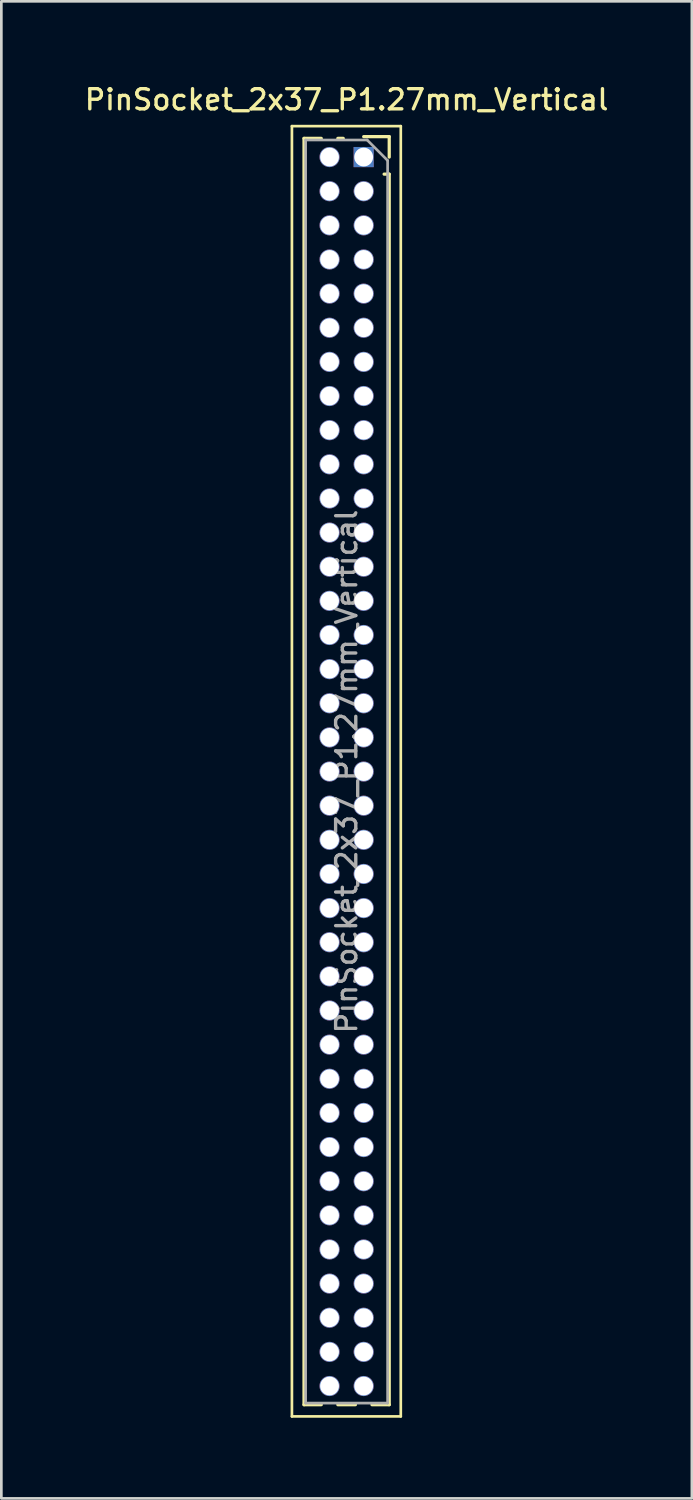
<source format=kicad_pcb>
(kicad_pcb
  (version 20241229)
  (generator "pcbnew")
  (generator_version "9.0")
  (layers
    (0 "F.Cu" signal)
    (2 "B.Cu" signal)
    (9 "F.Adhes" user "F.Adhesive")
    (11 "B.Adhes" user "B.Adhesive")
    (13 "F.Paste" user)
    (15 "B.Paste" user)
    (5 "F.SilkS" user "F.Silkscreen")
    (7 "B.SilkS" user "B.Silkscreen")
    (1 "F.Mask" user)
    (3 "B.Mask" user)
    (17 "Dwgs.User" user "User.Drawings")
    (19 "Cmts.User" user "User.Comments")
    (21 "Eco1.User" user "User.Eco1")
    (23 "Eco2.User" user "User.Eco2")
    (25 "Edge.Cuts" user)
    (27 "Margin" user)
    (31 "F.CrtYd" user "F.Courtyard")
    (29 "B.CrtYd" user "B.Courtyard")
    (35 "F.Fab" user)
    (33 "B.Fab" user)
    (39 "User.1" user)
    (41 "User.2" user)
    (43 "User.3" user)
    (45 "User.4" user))
  (footprint "PinSocket_2x37_P1.27mm_Vertical"
    (layer "F.Cu")
    (at 10.48 2.793)
    (property "Reference" "PinSocket_2x37_P1.27mm_Vertical" (at -0.635 -2.135 0) (layer "F.SilkS") (effects (font (size 0.75 0.75) (thickness 0.125))))
    (attr through_hole)
    (fp_line (start -2.67 -1.15) (end 1.38 -1.15) (stroke (width 0.1) (type solid)) (layer "F.SilkS"))
    (fp_line (start -2.67 46.85) (end -2.67 -1.15) (stroke (width 0.1) (type solid)) (layer "F.SilkS"))
    (fp_line (start -2.22 -0.695) (end -2.22 46.415) (stroke (width 0.12) (type solid)) (layer "F.SilkS"))
    (fp_line (start -2.22 -0.695) (end -1.578 -0.695) (stroke (width 0.12) (type solid)) (layer "F.SilkS"))
    (fp_line (start -2.22 46.415) (end -1.578 46.415) (stroke (width 0.12) (type solid)) (layer "F.SilkS"))
    (fp_line (start -0.962 -0.695) (end -0.76 -0.695) (stroke (width 0.12) (type solid)) (layer "F.SilkS"))
    (fp_line (start -0.962 46.415) (end -0.308 46.415) (stroke (width 0.12) (type solid)) (layer "F.SilkS"))
    (fp_line (start 0 -0.76) (end 0.95 -0.76) (stroke (width 0.12) (type solid)) (layer "F.SilkS"))
    (fp_line (start 0.308 46.415) (end 0.95 46.415) (stroke (width 0.12) (type solid)) (layer "F.SilkS"))
    (fp_line (start 0.76 0.635) (end 0.95 0.635) (stroke (width 0.12) (type solid)) (layer "F.SilkS"))
    (fp_line (start 0.95 -0.76) (end 0.95 0) (stroke (width 0.12) (type solid)) (layer "F.SilkS"))
    (fp_line (start 0.95 0.635) (end 0.95 46.415) (stroke (width 0.12) (type solid)) (layer "F.SilkS"))
    (fp_line (start 1.38 -1.15) (end 1.38 46.85) (stroke (width 0.1) (type solid)) (layer "F.SilkS"))
    (fp_line (start 1.38 46.85) (end -2.67 46.85) (stroke (width 0.1) (type solid)) (layer "F.SilkS"))
    (fp_line (start -2.16 -0.635) (end 0.128 -0.635) (stroke (width 0.1) (type solid)) (layer "F.Fab"))
    (fp_line (start -2.16 46.355) (end -2.16 -0.635) (stroke (width 0.1) (type solid)) (layer "F.Fab"))
    (fp_line (start 0.128 -0.635) (end 0.89 0.128) (stroke (width 0.1) (type solid)) (layer "F.Fab"))
    (fp_line (start 0.89 0.128) (end 0.89 46.355) (stroke (width 0.1) (type solid)) (layer "F.Fab"))
    (fp_line (start 0.89 46.355) (end -2.16 46.355) (stroke (width 0.1) (type solid)) (layer "F.Fab"))
    (fp_text user "${REFERENCE}" (at -0.635 22.86 90) (layer "F.Fab") (effects (font (size 0.75 0.75) (thickness 0.125))))
    (pad "1" thru_hole rect (at 0 0) (size 0.75 0.75) (drill 0.7) (layers "*.Cu" "*.Mask"))
    (pad "2" thru_hole oval (at -1.27 0) (size 0.75 0.75) (drill 0.7) (layers "*.Cu" "*.Mask"))
    (pad "3" thru_hole oval (at 0 1.27) (size 0.75 0.75) (drill 0.7) (layers "*.Cu" "*.Mask"))
    (pad "4" thru_hole oval (at -1.27 1.27) (size 0.75 0.75) (drill 0.7) (layers "*.Cu" "*.Mask"))
    (pad "5" thru_hole oval (at 0 2.54) (size 0.75 0.75) (drill 0.7) (layers "*.Cu" "*.Mask"))
    (pad "6" thru_hole oval (at -1.27 2.54) (size 0.75 0.75) (drill 0.7) (layers "*.Cu" "*.Mask"))
    (pad "7" thru_hole oval (at 0 3.81) (size 0.75 0.75) (drill 0.7) (layers "*.Cu" "*.Mask"))
    (pad "8" thru_hole oval (at -1.27 3.81) (size 0.75 0.75) (drill 0.7) (layers "*.Cu" "*.Mask"))
    (pad "9" thru_hole oval (at 0 5.08) (size 0.75 0.75) (drill 0.7) (layers "*.Cu" "*.Mask"))
    (pad "10" thru_hole oval (at -1.27 5.08) (size 0.75 0.75) (drill 0.7) (layers "*.Cu" "*.Mask"))
    (pad "11" thru_hole oval (at 0 6.35) (size 0.75 0.75) (drill 0.7) (layers "*.Cu" "*.Mask"))
    (pad "12" thru_hole oval (at -1.27 6.35) (size 0.75 0.75) (drill 0.7) (layers "*.Cu" "*.Mask"))
    (pad "13" thru_hole oval (at 0 7.62) (size 0.75 0.75) (drill 0.7) (layers "*.Cu" "*.Mask"))
    (pad "14" thru_hole oval (at -1.27 7.62) (size 0.75 0.75) (drill 0.7) (layers "*.Cu" "*.Mask"))
    (pad "15" thru_hole oval (at 0 8.89) (size 0.75 0.75) (drill 0.7) (layers "*.Cu" "*.Mask"))
    (pad "16" thru_hole oval (at -1.27 8.89) (size 0.75 0.75) (drill 0.7) (layers "*.Cu" "*.Mask"))
    (pad "17" thru_hole oval (at 0 10.16) (size 0.75 0.75) (drill 0.7) (layers "*.Cu" "*.Mask"))
    (pad "18" thru_hole oval (at -1.27 10.16) (size 0.75 0.75) (drill 0.7) (layers "*.Cu" "*.Mask"))
    (pad "19" thru_hole oval (at 0 11.43) (size 0.75 0.75) (drill 0.7) (layers "*.Cu" "*.Mask"))
    (pad "20" thru_hole oval (at -1.27 11.43) (size 0.75 0.75) (drill 0.7) (layers "*.Cu" "*.Mask"))
    (pad "21" thru_hole oval (at 0 12.7) (size 0.75 0.75) (drill 0.7) (layers "*.Cu" "*.Mask"))
    (pad "22" thru_hole oval (at -1.27 12.7) (size 0.75 0.75) (drill 0.7) (layers "*.Cu" "*.Mask"))
    (pad "23" thru_hole oval (at 0 13.97) (size 0.75 0.75) (drill 0.7) (layers "*.Cu" "*.Mask"))
    (pad "24" thru_hole oval (at -1.27 13.97) (size 0.75 0.75) (drill 0.7) (layers "*.Cu" "*.Mask"))
    (pad "25" thru_hole oval (at 0 15.24) (size 0.75 0.75) (drill 0.7) (layers "*.Cu" "*.Mask"))
    (pad "26" thru_hole oval (at -1.27 15.24) (size 0.75 0.75) (drill 0.7) (layers "*.Cu" "*.Mask"))
    (pad "27" thru_hole oval (at 0 16.51) (size 0.75 0.75) (drill 0.7) (layers "*.Cu" "*.Mask"))
    (pad "28" thru_hole oval (at -1.27 16.51) (size 0.75 0.75) (drill 0.7) (layers "*.Cu" "*.Mask"))
    (pad "29" thru_hole oval (at 0 17.78) (size 0.75 0.75) (drill 0.7) (layers "*.Cu" "*.Mask"))
    (pad "30" thru_hole oval (at -1.27 17.78) (size 0.75 0.75) (drill 0.7) (layers "*.Cu" "*.Mask"))
    (pad "31" thru_hole oval (at 0 19.05) (size 0.75 0.75) (drill 0.7) (layers "*.Cu" "*.Mask"))
    (pad "32" thru_hole oval (at -1.27 19.05) (size 0.75 0.75) (drill 0.7) (layers "*.Cu" "*.Mask"))
    (pad "33" thru_hole oval (at 0 20.32) (size 0.75 0.75) (drill 0.7) (layers "*.Cu" "*.Mask"))
    (pad "34" thru_hole oval (at -1.27 20.32) (size 0.75 0.75) (drill 0.7) (layers "*.Cu" "*.Mask"))
    (pad "35" thru_hole oval (at 0 21.59) (size 0.75 0.75) (drill 0.7) (layers "*.Cu" "*.Mask"))
    (pad "36" thru_hole oval (at -1.27 21.59) (size 0.75 0.75) (drill 0.7) (layers "*.Cu" "*.Mask"))
    (pad "37" thru_hole oval (at 0 22.86) (size 0.75 0.75) (drill 0.7) (layers "*.Cu" "*.Mask"))
    (pad "38" thru_hole oval (at -1.27 22.86) (size 0.75 0.75) (drill 0.7) (layers "*.Cu" "*.Mask"))
    (pad "39" thru_hole oval (at 0 24.13) (size 0.75 0.75) (drill 0.7) (layers "*.Cu" "*.Mask"))
    (pad "40" thru_hole oval (at -1.27 24.13) (size 0.75 0.75) (drill 0.7) (layers "*.Cu" "*.Mask"))
    (pad "41" thru_hole oval (at 0 25.4) (size 0.75 0.75) (drill 0.7) (layers "*.Cu" "*.Mask"))
    (pad "42" thru_hole oval (at -1.27 25.4) (size 0.75 0.75) (drill 0.7) (layers "*.Cu" "*.Mask"))
    (pad "43" thru_hole oval (at 0 26.67) (size 0.75 0.75) (drill 0.7) (layers "*.Cu" "*.Mask"))
    (pad "44" thru_hole oval (at -1.27 26.67) (size 0.75 0.75) (drill 0.7) (layers "*.Cu" "*.Mask"))
    (pad "45" thru_hole oval (at 0 27.94) (size 0.75 0.75) (drill 0.7) (layers "*.Cu" "*.Mask"))
    (pad "46" thru_hole oval (at -1.27 27.94) (size 0.75 0.75) (drill 0.7) (layers "*.Cu" "*.Mask"))
    (pad "47" thru_hole oval (at 0 29.21) (size 0.75 0.75) (drill 0.7) (layers "*.Cu" "*.Mask"))
    (pad "48" thru_hole oval (at -1.27 29.21) (size 0.75 0.75) (drill 0.7) (layers "*.Cu" "*.Mask"))
    (pad "49" thru_hole oval (at 0 30.48) (size 0.75 0.75) (drill 0.7) (layers "*.Cu" "*.Mask"))
    (pad "50" thru_hole oval (at -1.27 30.48) (size 0.75 0.75) (drill 0.7) (layers "*.Cu" "*.Mask"))
    (pad "51" thru_hole oval (at 0 31.75) (size 0.75 0.75) (drill 0.7) (layers "*.Cu" "*.Mask"))
    (pad "52" thru_hole oval (at -1.27 31.75) (size 0.75 0.75) (drill 0.7) (layers "*.Cu" "*.Mask"))
    (pad "53" thru_hole oval (at 0 33.02) (size 0.75 0.75) (drill 0.7) (layers "*.Cu" "*.Mask"))
    (pad "54" thru_hole oval (at -1.27 33.02) (size 0.75 0.75) (drill 0.7) (layers "*.Cu" "*.Mask"))
    (pad "55" thru_hole oval (at 0 34.29) (size 0.75 0.75) (drill 0.7) (layers "*.Cu" "*.Mask"))
    (pad "56" thru_hole oval (at -1.27 34.29) (size 0.75 0.75) (drill 0.7) (layers "*.Cu" "*.Mask"))
    (pad "57" thru_hole oval (at 0 35.56) (size 0.75 0.75) (drill 0.7) (layers "*.Cu" "*.Mask"))
    (pad "58" thru_hole oval (at -1.27 35.56) (size 0.75 0.75) (drill 0.7) (layers "*.Cu" "*.Mask"))
    (pad "59" thru_hole oval (at 0 36.83) (size 0.75 0.75) (drill 0.7) (layers "*.Cu" "*.Mask"))
    (pad "60" thru_hole oval (at -1.27 36.83) (size 0.75 0.75) (drill 0.7) (layers "*.Cu" "*.Mask"))
    (pad "61" thru_hole oval (at 0 38.1) (size 0.75 0.75) (drill 0.7) (layers "*.Cu" "*.Mask"))
    (pad "62" thru_hole oval (at -1.27 38.1) (size 0.75 0.75) (drill 0.7) (layers "*.Cu" "*.Mask"))
    (pad "63" thru_hole oval (at 0 39.37) (size 0.75 0.75) (drill 0.7) (layers "*.Cu" "*.Mask"))
    (pad "64" thru_hole oval (at -1.27 39.37) (size 0.75 0.75) (drill 0.7) (layers "*.Cu" "*.Mask"))
    (pad "65" thru_hole oval (at 0 40.64) (size 0.75 0.75) (drill 0.7) (layers "*.Cu" "*.Mask"))
    (pad "66" thru_hole oval (at -1.27 40.64) (size 0.75 0.75) (drill 0.7) (layers "*.Cu" "*.Mask"))
    (pad "67" thru_hole oval (at 0 41.91) (size 0.75 0.75) (drill 0.7) (layers "*.Cu" "*.Mask"))
    (pad "68" thru_hole oval (at -1.27 41.91) (size 0.75 0.75) (drill 0.7) (layers "*.Cu" "*.Mask"))
    (pad "69" thru_hole oval (at 0 43.18) (size 0.75 0.75) (drill 0.7) (layers "*.Cu" "*.Mask"))
    (pad "70" thru_hole oval (at -1.27 43.18) (size 0.75 0.75) (drill 0.7) (layers "*.Cu" "*.Mask"))
    (pad "71" thru_hole oval (at 0 44.45) (size 0.75 0.75) (drill 0.7) (layers "*.Cu" "*.Mask"))
    (pad "72" thru_hole oval (at -1.27 44.45) (size 0.75 0.75) (drill 0.7) (layers "*.Cu" "*.Mask"))
    (pad "73" thru_hole oval (at 0 45.72) (size 0.75 0.75) (drill 0.7) (layers "*.Cu" "*.Mask"))
    (pad "74" thru_hole oval (at -1.27 45.72) (size 0.75 0.75) (drill 0.7) (layers "*.Cu" "*.Mask")))
  (gr_rect
    (start -3 -3)
    (end 22.689 52.693)
    (stroke (width 0.1) (type default))
    (fill no)
    (layer "Edge.Cuts")))
</source>
